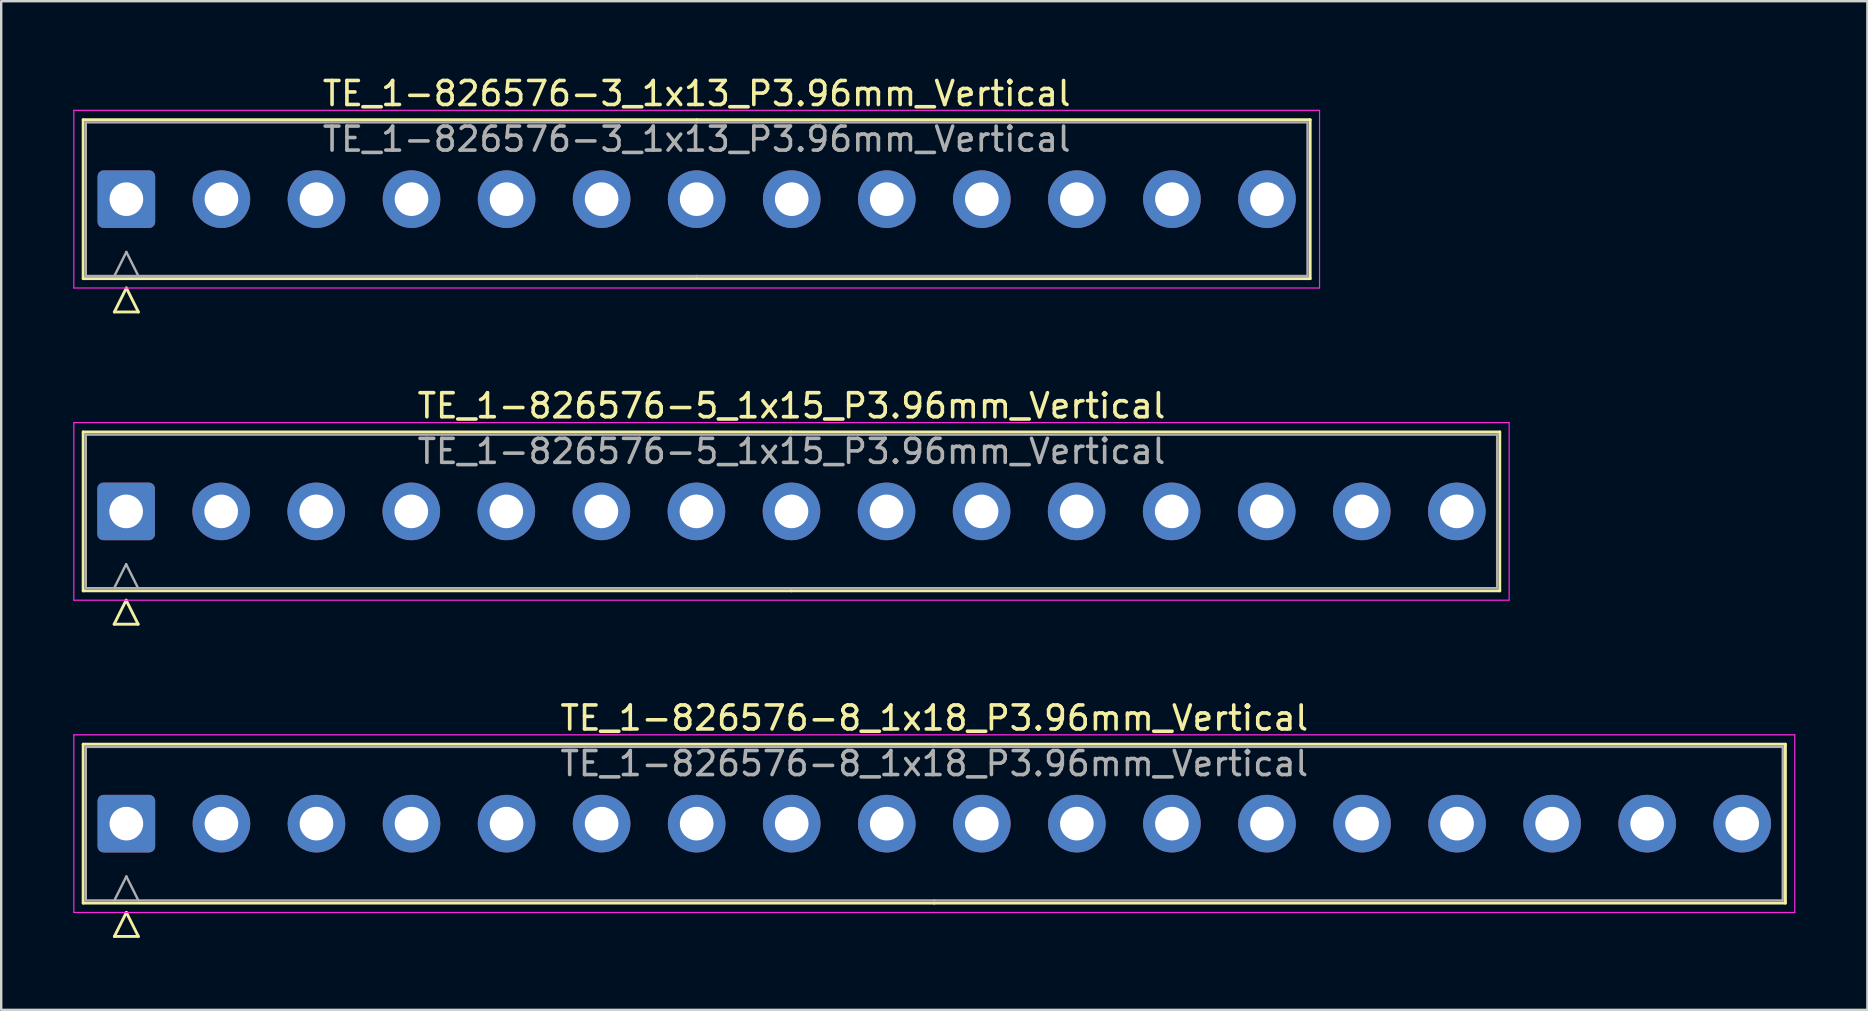
<source format=kicad_pcb>
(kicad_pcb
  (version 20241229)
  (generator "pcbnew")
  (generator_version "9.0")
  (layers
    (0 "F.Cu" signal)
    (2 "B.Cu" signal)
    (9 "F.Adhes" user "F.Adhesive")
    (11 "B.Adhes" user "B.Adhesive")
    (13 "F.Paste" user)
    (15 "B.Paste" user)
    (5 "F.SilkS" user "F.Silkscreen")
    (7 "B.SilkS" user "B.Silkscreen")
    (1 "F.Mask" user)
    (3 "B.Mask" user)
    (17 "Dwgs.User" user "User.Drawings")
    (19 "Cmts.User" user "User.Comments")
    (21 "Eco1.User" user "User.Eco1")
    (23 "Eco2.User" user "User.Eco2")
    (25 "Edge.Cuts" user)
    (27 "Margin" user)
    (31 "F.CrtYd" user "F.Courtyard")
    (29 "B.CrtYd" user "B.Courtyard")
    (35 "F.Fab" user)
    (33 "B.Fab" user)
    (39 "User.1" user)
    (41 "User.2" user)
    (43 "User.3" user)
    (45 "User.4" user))
  (footprint "TE_1-826576-5_1x15_P3.96mm_Vertical"
    (layer "F.Cu")
    (at 2.205 18.256)
    (property "Reference" "TE_1-826576-5_1x15_P3.96mm_Vertical" (at 27.72 -4.4 0) (layer "F.SilkS") (effects (font (size 1 1) (thickness 0.15))))
    (attr through_hole)
    (fp_line (start -1.79 -3.31) (end -1.79 3.31) (stroke (width 0.12) (type solid)) (layer "F.SilkS"))
    (fp_line (start -1.79 3.31) (end 27.72 3.31) (stroke (width 0.12) (type solid)) (layer "F.SilkS"))
    (fp_line (start -0.5 4.7) (end 0 3.7) (stroke (width 0.12) (type solid)) (layer "F.SilkS"))
    (fp_line (start 0 3.7) (end 0.5 4.7) (stroke (width 0.12) (type solid)) (layer "F.SilkS"))
    (fp_line (start 0.5 4.7) (end -0.5 4.7) (stroke (width 0.12) (type solid)) (layer "F.SilkS"))
    (fp_line (start 27.72 -3.31) (end -1.79 -3.31) (stroke (width 0.12) (type solid)) (layer "F.SilkS"))
    (fp_line (start 27.72 -3.31) (end 57.23 -3.31) (stroke (width 0.12) (type solid)) (layer "F.SilkS"))
    (fp_line (start 57.23 -3.31) (end 57.23 3.31) (stroke (width 0.12) (type solid)) (layer "F.SilkS"))
    (fp_line (start 57.23 3.31) (end 27.72 3.31) (stroke (width 0.12) (type solid)) (layer "F.SilkS"))
    (fp_line (start -2.18 -3.7) (end -2.18 3.7) (stroke (width 0.05) (type solid)) (layer "F.CrtYd"))
    (fp_line (start -2.18 3.7) (end 57.62 3.7) (stroke (width 0.05) (type solid)) (layer "F.CrtYd"))
    (fp_line (start 57.62 -3.7) (end -2.18 -3.7) (stroke (width 0.05) (type solid)) (layer "F.CrtYd"))
    (fp_line (start 57.62 3.7) (end 57.62 -3.7) (stroke (width 0.05) (type solid)) (layer "F.CrtYd"))
    (fp_line (start -1.68 -3.2) (end -1.68 3.2) (stroke (width 0.1) (type solid)) (layer "F.Fab"))
    (fp_line (start -1.68 3.2) (end 27.72 3.2) (stroke (width 0.1) (type solid)) (layer "F.Fab"))
    (fp_line (start -0.5 3.2) (end 0 2.2) (stroke (width 0.1) (type solid)) (layer "F.Fab"))
    (fp_line (start 0 2.2) (end 0.5 3.2) (stroke (width 0.1) (type solid)) (layer "F.Fab"))
    (fp_line (start 27.72 -3.2) (end -1.68 -3.2) (stroke (width 0.1) (type solid)) (layer "F.Fab"))
    (fp_line (start 27.72 -3.2) (end 57.12 -3.2) (stroke (width 0.1) (type solid)) (layer "F.Fab"))
    (fp_line (start 57.12 -3.2) (end 57.12 3.2) (stroke (width 0.1) (type solid)) (layer "F.Fab"))
    (fp_line (start 57.12 3.2) (end 27.72 3.2) (stroke (width 0.1) (type solid)) (layer "F.Fab"))
    (fp_text user "${REFERENCE}" (at 27.72 -2.5 0) (layer "F.Fab") (effects (font (size 1 1) (thickness 0.15))))
    (pad "1" thru_hole roundrect (at 0 0) (size 2.4 2.4) (drill 1.4) (layers "*.Cu" "*.Mask") (roundrect_rratio 0.104))
    (pad "2" thru_hole circle (at 3.96 0) (size 2.4 2.4) (drill 1.4) (layers "*.Cu" "*.Mask"))
    (pad "3" thru_hole circle (at 7.92 0) (size 2.4 2.4) (drill 1.4) (layers "*.Cu" "*.Mask"))
    (pad "4" thru_hole circle (at 11.88 0) (size 2.4 2.4) (drill 1.4) (layers "*.Cu" "*.Mask"))
    (pad "5" thru_hole circle (at 15.84 0) (size 2.4 2.4) (drill 1.4) (layers "*.Cu" "*.Mask"))
    (pad "6" thru_hole circle (at 19.8 0) (size 2.4 2.4) (drill 1.4) (layers "*.Cu" "*.Mask"))
    (pad "7" thru_hole circle (at 23.76 0) (size 2.4 2.4) (drill 1.4) (layers "*.Cu" "*.Mask"))
    (pad "8" thru_hole circle (at 27.72 0) (size 2.4 2.4) (drill 1.4) (layers "*.Cu" "*.Mask"))
    (pad "9" thru_hole circle (at 31.68 0) (size 2.4 2.4) (drill 1.4) (layers "*.Cu" "*.Mask"))
    (pad "10" thru_hole circle (at 35.64 0) (size 2.4 2.4) (drill 1.4) (layers "*.Cu" "*.Mask"))
    (pad "11" thru_hole circle (at 39.6 0) (size 2.4 2.4) (drill 1.4) (layers "*.Cu" "*.Mask"))
    (pad "12" thru_hole circle (at 43.56 0) (size 2.4 2.4) (drill 1.4) (layers "*.Cu" "*.Mask"))
    (pad "13" thru_hole circle (at 47.52 0) (size 2.4 2.4) (drill 1.4) (layers "*.Cu" "*.Mask"))
    (pad "14" thru_hole circle (at 51.48 0) (size 2.4 2.4) (drill 1.4) (layers "*.Cu" "*.Mask"))
    (pad "15" thru_hole circle (at 55.44 0) (size 2.4 2.4) (drill 1.4) (layers "*.Cu" "*.Mask")))
  (footprint "TE_1-826576-8_1x18_P3.96mm_Vertical"
    (layer "F.Cu")
    (at 2.215 31.265)
    (property "Reference" "TE_1-826576-8_1x18_P3.96mm_Vertical" (at 33.66 -4.4 0) (layer "F.SilkS") (effects (font (size 1 1) (thickness 0.15))))
    (attr through_hole)
    (fp_line (start -1.8 -3.31) (end -1.8 3.31) (stroke (width 0.12) (type solid)) (layer "F.SilkS"))
    (fp_line (start -1.8 3.31) (end 33.66 3.31) (stroke (width 0.12) (type solid)) (layer "F.SilkS"))
    (fp_line (start -0.5 4.7) (end 0 3.7) (stroke (width 0.12) (type solid)) (layer "F.SilkS"))
    (fp_line (start 0 3.7) (end 0.5 4.7) (stroke (width 0.12) (type solid)) (layer "F.SilkS"))
    (fp_line (start 0.5 4.7) (end -0.5 4.7) (stroke (width 0.12) (type solid)) (layer "F.SilkS"))
    (fp_line (start 33.66 -3.31) (end -1.8 -3.31) (stroke (width 0.12) (type solid)) (layer "F.SilkS"))
    (fp_line (start 33.66 -3.31) (end 69.12 -3.31) (stroke (width 0.12) (type solid)) (layer "F.SilkS"))
    (fp_line (start 69.12 -3.31) (end 69.12 3.31) (stroke (width 0.12) (type solid)) (layer "F.SilkS"))
    (fp_line (start 69.12 3.31) (end 33.66 3.31) (stroke (width 0.12) (type solid)) (layer "F.SilkS"))
    (fp_line (start -2.19 -3.7) (end -2.19 3.7) (stroke (width 0.05) (type solid)) (layer "F.CrtYd"))
    (fp_line (start -2.19 3.7) (end 69.51 3.7) (stroke (width 0.05) (type solid)) (layer "F.CrtYd"))
    (fp_line (start 69.51 -3.7) (end -2.19 -3.7) (stroke (width 0.05) (type solid)) (layer "F.CrtYd"))
    (fp_line (start 69.51 3.7) (end 69.51 -3.7) (stroke (width 0.05) (type solid)) (layer "F.CrtYd"))
    (fp_line (start -1.69 -3.2) (end -1.69 3.2) (stroke (width 0.1) (type solid)) (layer "F.Fab"))
    (fp_line (start -1.69 3.2) (end 33.66 3.2) (stroke (width 0.1) (type solid)) (layer "F.Fab"))
    (fp_line (start -0.5 3.2) (end 0 2.2) (stroke (width 0.1) (type solid)) (layer "F.Fab"))
    (fp_line (start 0 2.2) (end 0.5 3.2) (stroke (width 0.1) (type solid)) (layer "F.Fab"))
    (fp_line (start 33.66 -3.2) (end -1.69 -3.2) (stroke (width 0.1) (type solid)) (layer "F.Fab"))
    (fp_line (start 33.66 -3.2) (end 69.01 -3.2) (stroke (width 0.1) (type solid)) (layer "F.Fab"))
    (fp_line (start 69.01 -3.2) (end 69.01 3.2) (stroke (width 0.1) (type solid)) (layer "F.Fab"))
    (fp_line (start 69.01 3.2) (end 33.66 3.2) (stroke (width 0.1) (type solid)) (layer "F.Fab"))
    (fp_text user "${REFERENCE}" (at 33.66 -2.5 0) (layer "F.Fab") (effects (font (size 1 1) (thickness 0.15))))
    (pad "1" thru_hole roundrect (at 0 0) (size 2.4 2.4) (drill 1.4) (layers "*.Cu" "*.Mask") (roundrect_rratio 0.104))
    (pad "2" thru_hole circle (at 3.96 0) (size 2.4 2.4) (drill 1.4) (layers "*.Cu" "*.Mask"))
    (pad "3" thru_hole circle (at 7.92 0) (size 2.4 2.4) (drill 1.4) (layers "*.Cu" "*.Mask"))
    (pad "4" thru_hole circle (at 11.88 0) (size 2.4 2.4) (drill 1.4) (layers "*.Cu" "*.Mask"))
    (pad "5" thru_hole circle (at 15.84 0) (size 2.4 2.4) (drill 1.4) (layers "*.Cu" "*.Mask"))
    (pad "6" thru_hole circle (at 19.8 0) (size 2.4 2.4) (drill 1.4) (layers "*.Cu" "*.Mask"))
    (pad "7" thru_hole circle (at 23.76 0) (size 2.4 2.4) (drill 1.4) (layers "*.Cu" "*.Mask"))
    (pad "8" thru_hole circle (at 27.72 0) (size 2.4 2.4) (drill 1.4) (layers "*.Cu" "*.Mask"))
    (pad "9" thru_hole circle (at 31.68 0) (size 2.4 2.4) (drill 1.4) (layers "*.Cu" "*.Mask"))
    (pad "10" thru_hole circle (at 35.64 0) (size 2.4 2.4) (drill 1.4) (layers "*.Cu" "*.Mask"))
    (pad "11" thru_hole circle (at 39.6 0) (size 2.4 2.4) (drill 1.4) (layers "*.Cu" "*.Mask"))
    (pad "12" thru_hole circle (at 43.56 0) (size 2.4 2.4) (drill 1.4) (layers "*.Cu" "*.Mask"))
    (pad "13" thru_hole circle (at 47.52 0) (size 2.4 2.4) (drill 1.4) (layers "*.Cu" "*.Mask"))
    (pad "14" thru_hole circle (at 51.48 0) (size 2.4 2.4) (drill 1.4) (layers "*.Cu" "*.Mask"))
    (pad "15" thru_hole circle (at 55.44 0) (size 2.4 2.4) (drill 1.4) (layers "*.Cu" "*.Mask"))
    (pad "16" thru_hole circle (at 59.4 0) (size 2.4 2.4) (drill 1.4) (layers "*.Cu" "*.Mask"))
    (pad "17" thru_hole circle (at 63.36 0) (size 2.4 2.4) (drill 1.4) (layers "*.Cu" "*.Mask"))
    (pad "18" thru_hole circle (at 67.32 0) (size 2.4 2.4) (drill 1.4) (layers "*.Cu" "*.Mask")))
  (footprint "TE_1-826576-3_1x13_P3.96mm_Vertical"
    (layer "F.Cu")
    (at 2.215 5.248)
    (property "Reference" "TE_1-826576-3_1x13_P3.96mm_Vertical" (at 23.76 -4.4 0) (layer "F.SilkS") (effects (font (size 1 1) (thickness 0.15))))
    (attr through_hole)
    (fp_line (start -1.8 -3.31) (end -1.8 3.31) (stroke (width 0.12) (type solid)) (layer "F.SilkS"))
    (fp_line (start -1.8 3.31) (end 23.76 3.31) (stroke (width 0.12) (type solid)) (layer "F.SilkS"))
    (fp_line (start -0.5 4.7) (end 0 3.7) (stroke (width 0.12) (type solid)) (layer "F.SilkS"))
    (fp_line (start 0 3.7) (end 0.5 4.7) (stroke (width 0.12) (type solid)) (layer "F.SilkS"))
    (fp_line (start 0.5 4.7) (end -0.5 4.7) (stroke (width 0.12) (type solid)) (layer "F.SilkS"))
    (fp_line (start 23.76 -3.31) (end -1.8 -3.31) (stroke (width 0.12) (type solid)) (layer "F.SilkS"))
    (fp_line (start 23.76 -3.31) (end 49.32 -3.31) (stroke (width 0.12) (type solid)) (layer "F.SilkS"))
    (fp_line (start 49.32 -3.31) (end 49.32 3.31) (stroke (width 0.12) (type solid)) (layer "F.SilkS"))
    (fp_line (start 49.32 3.31) (end 23.76 3.31) (stroke (width 0.12) (type solid)) (layer "F.SilkS"))
    (fp_line (start -2.19 -3.7) (end -2.19 3.7) (stroke (width 0.05) (type solid)) (layer "F.CrtYd"))
    (fp_line (start -2.19 3.7) (end 49.71 3.7) (stroke (width 0.05) (type solid)) (layer "F.CrtYd"))
    (fp_line (start 49.71 -3.7) (end -2.19 -3.7) (stroke (width 0.05) (type solid)) (layer "F.CrtYd"))
    (fp_line (start 49.71 3.7) (end 49.71 -3.7) (stroke (width 0.05) (type solid)) (layer "F.CrtYd"))
    (fp_line (start -1.69 -3.2) (end -1.69 3.2) (stroke (width 0.1) (type solid)) (layer "F.Fab"))
    (fp_line (start -1.69 3.2) (end 23.76 3.2) (stroke (width 0.1) (type solid)) (layer "F.Fab"))
    (fp_line (start -0.5 3.2) (end 0 2.2) (stroke (width 0.1) (type solid)) (layer "F.Fab"))
    (fp_line (start 0 2.2) (end 0.5 3.2) (stroke (width 0.1) (type solid)) (layer "F.Fab"))
    (fp_line (start 23.76 -3.2) (end -1.69 -3.2) (stroke (width 0.1) (type solid)) (layer "F.Fab"))
    (fp_line (start 23.76 -3.2) (end 49.21 -3.2) (stroke (width 0.1) (type solid)) (layer "F.Fab"))
    (fp_line (start 49.21 -3.2) (end 49.21 3.2) (stroke (width 0.1) (type solid)) (layer "F.Fab"))
    (fp_line (start 49.21 3.2) (end 23.76 3.2) (stroke (width 0.1) (type solid)) (layer "F.Fab"))
    (fp_text user "${REFERENCE}" (at 23.76 -2.5 0) (layer "F.Fab") (effects (font (size 1 1) (thickness 0.15))))
    (pad "1" thru_hole roundrect (at 0 0) (size 2.4 2.4) (drill 1.4) (layers "*.Cu" "*.Mask") (roundrect_rratio 0.104))
    (pad "2" thru_hole circle (at 3.96 0) (size 2.4 2.4) (drill 1.4) (layers "*.Cu" "*.Mask"))
    (pad "3" thru_hole circle (at 7.92 0) (size 2.4 2.4) (drill 1.4) (layers "*.Cu" "*.Mask"))
    (pad "4" thru_hole circle (at 11.88 0) (size 2.4 2.4) (drill 1.4) (layers "*.Cu" "*.Mask"))
    (pad "5" thru_hole circle (at 15.84 0) (size 2.4 2.4) (drill 1.4) (layers "*.Cu" "*.Mask"))
    (pad "6" thru_hole circle (at 19.8 0) (size 2.4 2.4) (drill 1.4) (layers "*.Cu" "*.Mask"))
    (pad "7" thru_hole circle (at 23.76 0) (size 2.4 2.4) (drill 1.4) (layers "*.Cu" "*.Mask"))
    (pad "8" thru_hole circle (at 27.72 0) (size 2.4 2.4) (drill 1.4) (layers "*.Cu" "*.Mask"))
    (pad "9" thru_hole circle (at 31.68 0) (size 2.4 2.4) (drill 1.4) (layers "*.Cu" "*.Mask"))
    (pad "10" thru_hole circle (at 35.64 0) (size 2.4 2.4) (drill 1.4) (layers "*.Cu" "*.Mask"))
    (pad "11" thru_hole circle (at 39.6 0) (size 2.4 2.4) (drill 1.4) (layers "*.Cu" "*.Mask"))
    (pad "12" thru_hole circle (at 43.56 0) (size 2.4 2.4) (drill 1.4) (layers "*.Cu" "*.Mask"))
    (pad "13" thru_hole circle (at 47.52 0) (size 2.4 2.4) (drill 1.4) (layers "*.Cu" "*.Mask")))
  (gr_rect
    (start -3 -3)
    (end 74.75 39.025)
    (stroke (width 0.1) (type default))
    (fill no)
    (layer "Edge.Cuts")))
</source>
